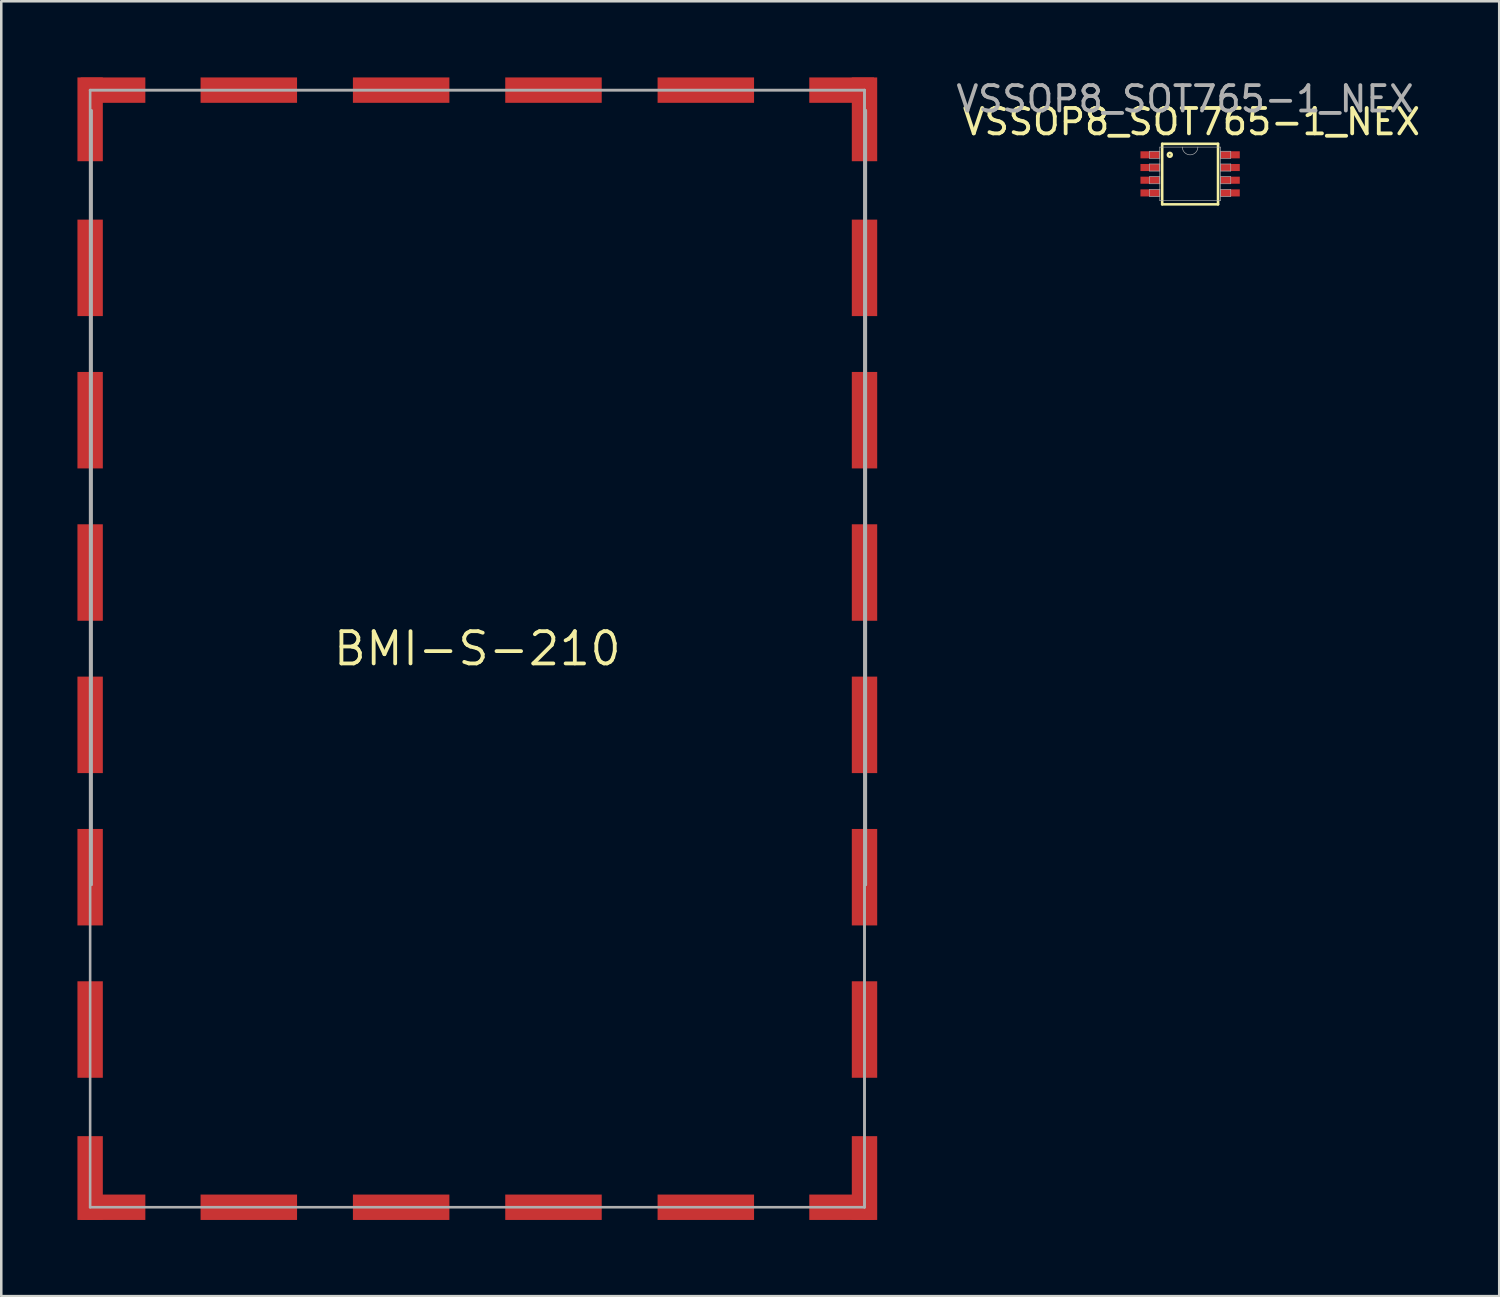
<source format=kicad_pcb>
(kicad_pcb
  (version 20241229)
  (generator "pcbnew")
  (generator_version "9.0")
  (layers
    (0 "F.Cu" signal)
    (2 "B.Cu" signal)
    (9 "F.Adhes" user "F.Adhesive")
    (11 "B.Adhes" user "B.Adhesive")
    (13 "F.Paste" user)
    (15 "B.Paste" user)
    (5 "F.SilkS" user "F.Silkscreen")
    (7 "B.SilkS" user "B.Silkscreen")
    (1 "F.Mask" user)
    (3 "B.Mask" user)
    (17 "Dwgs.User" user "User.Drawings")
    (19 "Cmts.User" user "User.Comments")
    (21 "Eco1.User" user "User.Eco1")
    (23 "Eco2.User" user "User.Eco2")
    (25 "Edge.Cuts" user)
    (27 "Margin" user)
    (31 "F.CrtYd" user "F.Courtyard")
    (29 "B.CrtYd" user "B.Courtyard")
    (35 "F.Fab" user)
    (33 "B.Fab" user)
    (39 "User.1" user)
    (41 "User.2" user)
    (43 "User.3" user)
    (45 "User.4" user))
  (footprint "BMI-S-210"
    (layer "F.Cu")
    (at 15.75 22.5)
    (property "Reference" "BMI-S-210" (at 0 0 0) (layer "F.SilkS") (effects (font (size 1.27 1.27) (thickness 0.15))))
    (fp_line (start -15.25 -22) (end -15.25 22) (stroke (width 0.102) (type solid)) (layer "F.Fab"))
    (fp_line (start -15.25 -22) (end 15.25 -22) (stroke (width 0.102) (type solid)) (layer "F.Fab"))
    (fp_line (start -15.25 22) (end 15.25 22) (stroke (width 0.102) (type solid)) (layer "F.Fab"))
    (fp_line (start -15.2 -21.2) (end -15.2 9.3) (stroke (width 0.102) (type solid)) (layer "F.Fab"))
    (fp_line (start -15.2 9.3) (end -15.2 -21.2) (stroke (width 0.102) (type solid)) (layer "F.Fab"))
    (fp_line (start 15.25 -22) (end -15.25 -22) (stroke (width 0.102) (type solid)) (layer "F.Fab"))
    (fp_line (start 15.25 -22) (end 15.25 22) (stroke (width 0.102) (type solid)) (layer "F.Fab"))
    (fp_line (start 15.25 22) (end 15.25 -22) (stroke (width 0.102) (type solid)) (layer "F.Fab"))
    (fp_line (start 15.3 -21.2) (end 15.3 9.3) (stroke (width 0.102) (type solid)) (layer "F.Fab"))
    (fp_line (start 15.3 9.3) (end 15.3 -21.2) (stroke (width 0.102) (type solid)) (layer "F.Fab"))
    (pad "P" smd rect (at -15.25 -20.85 270) (size 3.3 1) (layers "F.Cu" "F.Mask"))
    (pad "P" smd rect (at -15.25 -15 90) (size 3.8 1) (layers "F.Cu" "F.Mask"))
    (pad "P" smd rect (at -15.25 -9 90) (size 3.8 1) (layers "F.Cu" "F.Mask"))
    (pad "P" smd rect (at -15.25 -3 90) (size 3.8 1) (layers "F.Cu" "F.Mask"))
    (pad "P" smd rect (at -15.25 3 270) (size 3.8 1) (layers "F.Cu" "F.Mask"))
    (pad "P" smd rect (at -15.25 9 270) (size 3.8 1) (layers "F.Cu" "F.Mask"))
    (pad "P" smd rect (at -15.25 15 270) (size 3.8 1) (layers "F.Cu" "F.Mask"))
    (pad "P" smd rect (at -15.25 20.85 90) (size 3.3 1) (layers "F.Cu" "F.Mask"))
    (pad "P" smd rect (at -14.35 -22 180) (size 2.55 1) (layers "F.Cu" "F.Mask"))
    (pad "P" smd rect (at -14.35 22 180) (size 2.55 1) (layers "F.Cu" "F.Mask"))
    (pad "P" smd rect (at -9 -22) (size 3.8 1) (layers "F.Cu" "F.Mask"))
    (pad "P" smd rect (at -9 22) (size 3.8 1) (layers "F.Cu" "F.Mask"))
    (pad "P" smd rect (at -3 -22) (size 3.8 1) (layers "F.Cu" "F.Mask"))
    (pad "P" smd rect (at -3 22) (size 3.8 1) (layers "F.Cu" "F.Mask"))
    (pad "P" smd rect (at 3 -22) (size 3.8 1) (layers "F.Cu" "F.Mask"))
    (pad "P" smd rect (at 3 22) (size 3.8 1) (layers "F.Cu" "F.Mask"))
    (pad "P" smd rect (at 9 -22) (size 3.8 1) (layers "F.Cu" "F.Mask"))
    (pad "P" smd rect (at 9 22) (size 3.8 1) (layers "F.Cu" "F.Mask"))
    (pad "P" smd rect (at 14.35 -22 180) (size 2.55 1) (layers "F.Cu" "F.Mask"))
    (pad "P" smd rect (at 14.35 22 180) (size 2.55 1) (layers "F.Cu" "F.Mask"))
    (pad "P" smd rect (at 15.25 -20.85 270) (size 3.3 1) (layers "F.Cu" "F.Mask"))
    (pad "P" smd rect (at 15.25 -15 90) (size 3.8 1) (layers "F.Cu" "F.Mask"))
    (pad "P" smd rect (at 15.25 -9 90) (size 3.8 1) (layers "F.Cu" "F.Mask"))
    (pad "P" smd rect (at 15.25 -3 90) (size 3.8 1) (layers "F.Cu" "F.Mask"))
    (pad "P" smd rect (at 15.25 3 270) (size 3.8 1) (layers "F.Cu" "F.Mask"))
    (pad "P" smd rect (at 15.25 9 270) (size 3.8 1) (layers "F.Cu" "F.Mask"))
    (pad "P" smd rect (at 15.25 15 270) (size 3.8 1) (layers "F.Cu" "F.Mask"))
    (pad "P" smd rect (at 15.25 20.85 90) (size 3.3 1) (layers "F.Cu" "F.Mask")))
  (footprint "VSSOP8_SOT765-1_NEX"
    (layer "F.Cu")
    (at 43.825 3.798)
    (property "Reference" "VSSOP8_SOT765-1_NEX" (at 0.05 -2.05 0) (unlocked yes) (layer "F.SilkS") (effects (font (size 1 1) (thickness 0.15))))
    (attr smd)
    (fp_line (start -1.1 -1.183) (end -1.1 1.2) (stroke (width 0.102) (type solid)) (layer "F.SilkS"))
    (fp_line (start -1.1 1.2) (end 1.1 1.2) (stroke (width 0.102) (type solid)) (layer "F.SilkS"))
    (fp_line (start 1.1 -1.183) (end -1.1 -1.183) (stroke (width 0.102) (type solid)) (layer "F.SilkS"))
    (fp_line (start 1.1 -1.183) (end 1.1 1.2) (stroke (width 0.102) (type solid)) (layer "F.SilkS"))
    (fp_circle (center -0.8 -0.75) (end -0.724 -0.75) (stroke (width 0.102) (type solid)) (fill no) (layer "F.SilkS"))
    (fp_line (start -1.6 -0.89) (end -1.6 -0.61) (stroke (width 0.025) (type solid)) (layer "F.Fab"))
    (fp_line (start -1.6 -0.61) (end -1.194 -0.61) (stroke (width 0.025) (type solid)) (layer "F.Fab"))
    (fp_line (start -1.6 -0.39) (end -1.6 -0.11) (stroke (width 0.025) (type solid)) (layer "F.Fab"))
    (fp_line (start -1.6 -0.11) (end -1.194 -0.11) (stroke (width 0.025) (type solid)) (layer "F.Fab"))
    (fp_line (start -1.6 0.11) (end -1.6 0.39) (stroke (width 0.025) (type solid)) (layer "F.Fab"))
    (fp_line (start -1.6 0.39) (end -1.194 0.39) (stroke (width 0.025) (type solid)) (layer "F.Fab"))
    (fp_line (start -1.6 0.61) (end -1.6 0.89) (stroke (width 0.025) (type solid)) (layer "F.Fab"))
    (fp_line (start -1.6 0.89) (end -1.194 0.89) (stroke (width 0.025) (type solid)) (layer "F.Fab"))
    (fp_line (start -1.194 -1.054) (end -1.194 1.054) (stroke (width 0.025) (type solid)) (layer "F.Fab"))
    (fp_line (start -1.194 -0.89) (end -1.6 -0.89) (stroke (width 0.025) (type solid)) (layer "F.Fab"))
    (fp_line (start -1.194 -0.61) (end -1.194 -0.89) (stroke (width 0.025) (type solid)) (layer "F.Fab"))
    (fp_line (start -1.194 -0.39) (end -1.6 -0.39) (stroke (width 0.025) (type solid)) (layer "F.Fab"))
    (fp_line (start -1.194 -0.11) (end -1.194 -0.39) (stroke (width 0.025) (type solid)) (layer "F.Fab"))
    (fp_line (start -1.194 0.11) (end -1.6 0.11) (stroke (width 0.025) (type solid)) (layer "F.Fab"))
    (fp_line (start -1.194 0.39) (end -1.194 0.11) (stroke (width 0.025) (type solid)) (layer "F.Fab"))
    (fp_line (start -1.194 0.61) (end -1.6 0.61) (stroke (width 0.025) (type solid)) (layer "F.Fab"))
    (fp_line (start -1.194 0.89) (end -1.194 0.61) (stroke (width 0.025) (type solid)) (layer "F.Fab"))
    (fp_line (start -1.194 1.054) (end 1.194 1.054) (stroke (width 0.025) (type solid)) (layer "F.Fab"))
    (fp_line (start 1.194 -1.054) (end -1.194 -1.054) (stroke (width 0.025) (type solid)) (layer "F.Fab"))
    (fp_line (start 1.194 -0.89) (end 1.194 -0.61) (stroke (width 0.025) (type solid)) (layer "F.Fab"))
    (fp_line (start 1.194 -0.61) (end 1.6 -0.61) (stroke (width 0.025) (type solid)) (layer "F.Fab"))
    (fp_line (start 1.194 -0.39) (end 1.194 -0.11) (stroke (width 0.025) (type solid)) (layer "F.Fab"))
    (fp_line (start 1.194 -0.11) (end 1.6 -0.11) (stroke (width 0.025) (type solid)) (layer "F.Fab"))
    (fp_line (start 1.194 0.11) (end 1.194 0.39) (stroke (width 0.025) (type solid)) (layer "F.Fab"))
    (fp_line (start 1.194 0.39) (end 1.6 0.39) (stroke (width 0.025) (type solid)) (layer "F.Fab"))
    (fp_line (start 1.194 0.61) (end 1.194 0.89) (stroke (width 0.025) (type solid)) (layer "F.Fab"))
    (fp_line (start 1.194 0.89) (end 1.6 0.89) (stroke (width 0.025) (type solid)) (layer "F.Fab"))
    (fp_line (start 1.194 1.054) (end 1.194 -1.054) (stroke (width 0.025) (type solid)) (layer "F.Fab"))
    (fp_line (start 1.6 -0.89) (end 1.194 -0.89) (stroke (width 0.025) (type solid)) (layer "F.Fab"))
    (fp_line (start 1.6 -0.61) (end 1.6 -0.89) (stroke (width 0.025) (type solid)) (layer "F.Fab"))
    (fp_line (start 1.6 -0.39) (end 1.194 -0.39) (stroke (width 0.025) (type solid)) (layer "F.Fab"))
    (fp_line (start 1.6 -0.11) (end 1.6 -0.39) (stroke (width 0.025) (type solid)) (layer "F.Fab"))
    (fp_line (start 1.6 0.11) (end 1.194 0.11) (stroke (width 0.025) (type solid)) (layer "F.Fab"))
    (fp_line (start 1.6 0.39) (end 1.6 0.11) (stroke (width 0.025) (type solid)) (layer "F.Fab"))
    (fp_line (start 1.6 0.61) (end 1.194 0.61) (stroke (width 0.025) (type solid)) (layer "F.Fab"))
    (fp_line (start 1.6 0.89) (end 1.6 0.61) (stroke (width 0.025) (type solid)) (layer "F.Fab"))
    (fp_arc (start 0.3048 -1.0541) (mid 0 -0.7493) (end -0.3048 -1.0541) (stroke (width 0.0254) (type solid)) (layer "F.Fab"))
    (fp_text user "${REFERENCE}" (at -0.2 -2.95 0) (unlocked yes) (layer "F.Fab") (effects (font (size 1 1) (thickness 0.15))))
    (pad "1" smd rect (at -1.575 -0.75) (size 0.762 0.279) (layers "F.Cu" "F.Mask" "F.Paste"))
    (pad "2" smd rect (at -1.575 -0.25) (size 0.762 0.279) (layers "F.Cu" "F.Mask" "F.Paste"))
    (pad "3" smd rect (at -1.575 0.25) (size 0.762 0.279) (layers "F.Cu" "F.Mask" "F.Paste"))
    (pad "4" smd rect (at -1.575 0.75) (size 0.762 0.279) (layers "F.Cu" "F.Mask" "F.Paste"))
    (pad "5" smd rect (at 1.575 0.75) (size 0.762 0.279) (layers "F.Cu" "F.Mask" "F.Paste"))
    (pad "6" smd rect (at 1.575 0.25) (size 0.762 0.279) (layers "F.Cu" "F.Mask" "F.Paste"))
    (pad "7" smd rect (at 1.575 -0.25) (size 0.762 0.279) (layers "F.Cu" "F.Mask" "F.Paste"))
    (pad "8" smd rect (at 1.575 -0.75) (size 0.762 0.279) (layers "F.Cu" "F.Mask" "F.Paste")))
  (gr_rect
    (start -3 -3)
    (end 56 48)
    (stroke (width 0.1) (type default))
    (fill no)
    (layer "Edge.Cuts")))
</source>
